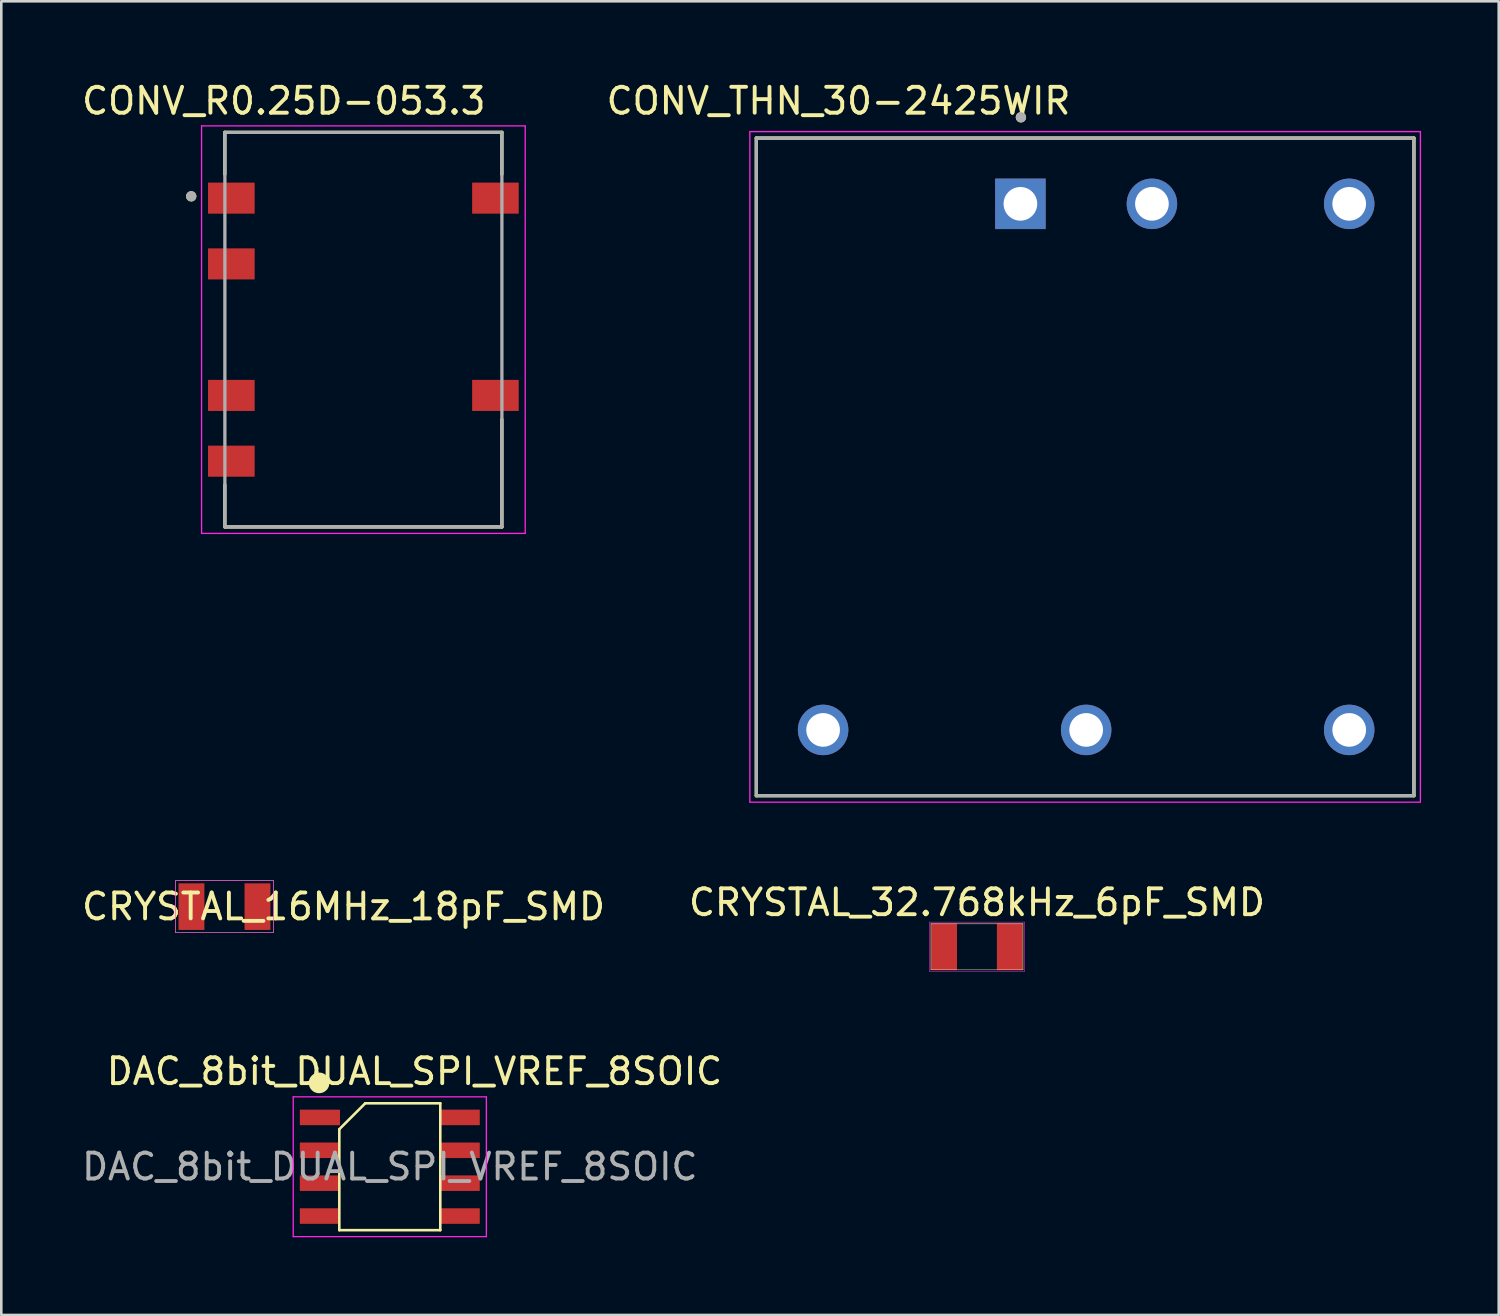
<source format=kicad_pcb>
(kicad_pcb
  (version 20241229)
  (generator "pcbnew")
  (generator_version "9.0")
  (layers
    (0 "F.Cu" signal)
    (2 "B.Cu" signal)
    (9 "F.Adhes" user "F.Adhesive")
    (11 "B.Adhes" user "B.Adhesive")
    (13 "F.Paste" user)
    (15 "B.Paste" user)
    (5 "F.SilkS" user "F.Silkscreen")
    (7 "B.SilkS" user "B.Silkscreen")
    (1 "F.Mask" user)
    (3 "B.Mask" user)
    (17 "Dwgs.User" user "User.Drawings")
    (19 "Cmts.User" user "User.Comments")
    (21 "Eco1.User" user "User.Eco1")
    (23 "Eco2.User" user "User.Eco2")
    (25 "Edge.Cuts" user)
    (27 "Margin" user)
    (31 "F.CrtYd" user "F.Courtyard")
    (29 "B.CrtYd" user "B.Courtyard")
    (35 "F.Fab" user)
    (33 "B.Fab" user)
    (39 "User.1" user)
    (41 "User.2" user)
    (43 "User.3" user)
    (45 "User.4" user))
  (footprint "DAC_8bit_DUAL_SPI_VREF_8SOIC"
    (layer "F.Cu")
    (at 12.006 42.015)
    (property "Reference" "DAC_8bit_DUAL_SPI_VREF_8SOIC" (at 0.953 -3.683 0) (layer "F.SilkS") (effects (font (size 1 1) (thickness 0.15))))
    (attr smd)
    (fp_line (start -1.95 -1.45) (end -0.95 -2.45) (stroke (width 0.1) (type solid)) (layer "F.SilkS"))
    (fp_line (start -1.95 2.45) (end -1.95 -1.45) (stroke (width 0.1) (type solid)) (layer "F.SilkS"))
    (fp_line (start -0.95 -2.45) (end 1.95 -2.45) (stroke (width 0.1) (type solid)) (layer "F.SilkS"))
    (fp_line (start 1.95 -2.45) (end 1.95 2.45) (stroke (width 0.1) (type solid)) (layer "F.SilkS"))
    (fp_line (start 1.95 2.45) (end -1.95 2.45) (stroke (width 0.1) (type solid)) (layer "F.SilkS"))
    (fp_line (start -3.73 -2.7) (end -3.73 2.7) (stroke (width 0.05) (type solid)) (layer "F.CrtYd"))
    (fp_line (start -3.73 -2.7) (end 3.73 -2.7) (stroke (width 0.05) (type solid)) (layer "F.CrtYd"))
    (fp_line (start -3.73 2.7) (end 3.73 2.7) (stroke (width 0.05) (type solid)) (layer "F.CrtYd"))
    (fp_line (start 3.73 -2.7) (end 3.73 2.7) (stroke (width 0.05) (type solid)) (layer "F.CrtYd"))
    (fp_text user "${REFERENCE}" (at 0 0 0) (layer "F.Fab") (effects (font (size 1 1) (thickness 0.15))))
    (pad "" smd circle (at -2.731 -3.239) (size 0.8 0.8) (layers "F.SilkS"))
    (pad "1" smd rect (at -2.7 -1.905) (size 1.55 0.6) (layers "F.Cu" "F.Mask" "F.Paste"))
    (pad "2" smd rect (at -2.7 -0.635) (size 1.55 0.6) (layers "F.Cu" "F.Mask" "F.Paste"))
    (pad "3" smd rect (at -2.7 0.635) (size 1.55 0.6) (layers "F.Cu" "F.Mask" "F.Paste"))
    (pad "4" smd rect (at -2.7 1.905) (size 1.55 0.6) (layers "F.Cu" "F.Mask" "F.Paste"))
    (pad "5" smd rect (at 2.7 1.905) (size 1.55 0.6) (layers "F.Cu" "F.Mask" "F.Paste"))
    (pad "6" smd rect (at 2.7 0.635) (size 1.55 0.6) (layers "F.Cu" "F.Mask" "F.Paste"))
    (pad "7" smd rect (at 2.7 -0.635) (size 1.55 0.6) (layers "F.Cu" "F.Mask" "F.Paste"))
    (pad "8" smd rect (at 2.7 -1.905) (size 1.55 0.6) (layers "F.Cu" "F.Mask" "F.Paste")))
  (footprint "CONV_THN_30-2425WIR"
    (layer "F.Cu")
    (at 38.863 14.983)
    (property "Reference" "CONV_THN_30-2425WIR" (at -9.525 -14.135 0) (layer "F.SilkS") (effects (font (size 1 1) (thickness 0.15))))
    (attr through_hole)
    (fp_line (start -12.7 -12.7) (end 12.7 -12.7) (stroke (width 0.127) (type solid)) (layer "F.SilkS"))
    (fp_line (start -12.7 12.7) (end -12.7 -12.7) (stroke (width 0.127) (type solid)) (layer "F.SilkS"))
    (fp_line (start -12.7 12.7) (end 12.7 12.7) (stroke (width 0.127) (type solid)) (layer "F.SilkS"))
    (fp_line (start 12.7 12.7) (end 12.7 -12.7) (stroke (width 0.127) (type solid)) (layer "F.SilkS"))
    (fp_circle (center -2.48 -13.502) (end -2.38 -13.502) (stroke (width 0.2) (type solid)) (fill no) (layer "F.SilkS"))
    (fp_line (start -12.95 -12.95) (end 12.95 -12.95) (stroke (width 0.05) (type solid)) (layer "F.CrtYd"))
    (fp_line (start -12.95 12.95) (end -12.95 -12.95) (stroke (width 0.05) (type solid)) (layer "F.CrtYd"))
    (fp_line (start -12.95 12.95) (end 12.95 12.95) (stroke (width 0.05) (type solid)) (layer "F.CrtYd"))
    (fp_line (start 12.95 12.95) (end 12.95 -12.95) (stroke (width 0.05) (type solid)) (layer "F.CrtYd"))
    (fp_line (start -12.7 -12.7) (end 12.7 -12.7) (stroke (width 0.127) (type solid)) (layer "F.Fab"))
    (fp_line (start -12.7 12.7) (end -12.7 -12.7) (stroke (width 0.127) (type solid)) (layer "F.Fab"))
    (fp_line (start -12.7 12.7) (end 12.7 12.7) (stroke (width 0.127) (type solid)) (layer "F.Fab"))
    (fp_line (start 12.7 12.7) (end 12.7 -12.7) (stroke (width 0.127) (type solid)) (layer "F.Fab"))
    (fp_circle (center -2.48 -13.502) (end -2.38 -13.502) (stroke (width 0.2) (type solid)) (fill no) (layer "F.Fab"))
    (pad "1" thru_hole rect (at -2.5 -10.16) (size 1.95 1.95) (drill 1.3) (layers "*.Cu" "*.Mask"))
    (pad "2" thru_hole circle (at 2.58 -10.16) (size 1.95 1.95) (drill 1.3) (layers "*.Cu" "*.Mask"))
    (pad "3" thru_hole circle (at 10.2 -10.16) (size 1.95 1.95) (drill 1.3) (layers "*.Cu" "*.Mask"))
    (pad "4" thru_hole circle (at -10.12 10.16) (size 1.95 1.95) (drill 1.3) (layers "*.Cu" "*.Mask"))
    (pad "5" thru_hole circle (at 0.04 10.16) (size 1.95 1.95) (drill 1.3) (layers "*.Cu" "*.Mask"))
    (pad "6" thru_hole circle (at 10.2 10.16) (size 1.95 1.95) (drill 1.3) (layers "*.Cu" "*.Mask")))
  (footprint "CONV_R0.25D-053.3"
    (layer "F.Cu")
    (at 10.986 9.683)
    (property "Reference" "CONV_R0.25D-053.3" (at -3.075 -8.835 0) (layer "F.SilkS") (effects (font (size 1 1) (thickness 0.15))))
    (attr smd)
    (fp_line (start -5.35 -7.62) (end 5.35 -7.62) (stroke (width 0.127) (type solid)) (layer "F.SilkS"))
    (fp_line (start -5.35 -6) (end -5.35 -7.62) (stroke (width 0.127) (type solid)) (layer "F.SilkS"))
    (fp_line (start -5.35 6) (end -5.35 7.62) (stroke (width 0.127) (type solid)) (layer "F.SilkS"))
    (fp_line (start -5.35 7.62) (end 5.35 7.62) (stroke (width 0.127) (type solid)) (layer "F.SilkS"))
    (fp_line (start 5.35 -7.62) (end 5.35 -6) (stroke (width 0.127) (type solid)) (layer "F.SilkS"))
    (fp_line (start 5.35 7.62) (end 5.35 3.47) (stroke (width 0.127) (type solid)) (layer "F.SilkS"))
    (fp_circle (center -6.65 -5.15) (end -6.55 -5.15) (stroke (width 0.2) (type solid)) (fill no) (layer "F.SilkS"))
    (fp_line (start -6.25 -7.87) (end 6.25 -7.87) (stroke (width 0.05) (type solid)) (layer "F.CrtYd"))
    (fp_line (start -6.25 7.87) (end -6.25 -7.87) (stroke (width 0.05) (type solid)) (layer "F.CrtYd"))
    (fp_line (start 6.25 -7.87) (end 6.25 7.87) (stroke (width 0.05) (type solid)) (layer "F.CrtYd"))
    (fp_line (start 6.25 7.87) (end -6.25 7.87) (stroke (width 0.05) (type solid)) (layer "F.CrtYd"))
    (fp_line (start -5.35 -7.62) (end 5.35 -7.62) (stroke (width 0.127) (type solid)) (layer "F.Fab"))
    (fp_line (start -5.35 7.62) (end -5.35 -7.62) (stroke (width 0.127) (type solid)) (layer "F.Fab"))
    (fp_line (start 5.35 -7.62) (end 5.35 7.62) (stroke (width 0.127) (type solid)) (layer "F.Fab"))
    (fp_line (start 5.35 7.62) (end -5.35 7.62) (stroke (width 0.127) (type solid)) (layer "F.Fab"))
    (fp_circle (center -6.65 -5.15) (end -6.55 -5.15) (stroke (width 0.2) (type solid)) (fill no) (layer "F.Fab"))
    (pad "1" smd rect (at -5.1 -5.08) (size 1.8 1.2) (layers "F.Cu" "F.Mask" "F.Paste"))
    (pad "2" smd rect (at -5.1 -2.54) (size 1.8 1.2) (layers "F.Cu" "F.Mask" "F.Paste"))
    (pad "4" smd rect (at -5.1 2.54) (size 1.8 1.2) (layers "F.Cu" "F.Mask" "F.Paste"))
    (pad "5" smd rect (at -5.1 5.08) (size 1.8 1.2) (layers "F.Cu" "F.Mask" "F.Paste"))
    (pad "7" smd rect (at 5.1 2.54) (size 1.8 1.2) (layers "F.Cu" "F.Mask" "F.Paste"))
    (pad "10" smd rect (at 5.1 -5.08) (size 1.8 1.2) (layers "F.Cu" "F.Mask" "F.Paste")))
  (footprint "CRYSTAL_32.768kHz_6pF_SMD"
    (layer "F.Cu")
    (at 34.685 33.521)
    (property "Reference" "CRYSTAL_32.768kHz_6pF_SMD" (at 0 -1.714 0) (layer "F.SilkS") (effects (font (size 1 1) (thickness 0.15))))
    (attr through_hole)
    (fp_line (start -1.778 -0.889) (end 1.778 -0.889) (stroke (width 0.02) (type solid)) (layer "F.SilkS"))
    (fp_line (start -1.778 0.889) (end -1.778 -0.889) (stroke (width 0.02) (type solid)) (layer "F.SilkS"))
    (fp_line (start 1.778 -0.889) (end 1.778 0.889) (stroke (width 0.02) (type solid)) (layer "F.SilkS"))
    (fp_line (start 1.778 0.889) (end -1.778 0.889) (stroke (width 0.02) (type solid)) (layer "F.SilkS"))
    (fp_line (start -1.841 -0.953) (end 1.841 -0.953) (stroke (width 0.02) (type solid)) (layer "F.CrtYd"))
    (fp_line (start -1.841 0.953) (end -1.841 -0.953) (stroke (width 0.02) (type solid)) (layer "F.CrtYd"))
    (fp_line (start 1.841 -0.953) (end 1.841 0.953) (stroke (width 0.02) (type solid)) (layer "F.CrtYd"))
    (fp_line (start 1.841 0.953) (end -1.841 0.953) (stroke (width 0.02) (type solid)) (layer "F.CrtYd"))
    (pad "1" smd rect (at -1.27 0) (size 1 1.8) (layers "F.Cu" "F.Mask" "F.Paste"))
    (pad "2" smd rect (at 1.27 0) (size 1 1.8) (layers "F.Cu" "F.Mask" "F.Paste")))
  (footprint "CRYSTAL_16MHz_18pF_SMD"
    (layer "F.Cu")
    (at 5.62 31.968)
    (property "Reference" "CRYSTAL_16MHz_18pF_SMD" (at 4.6 0 0) (layer "F.SilkS") (effects (font (size 1 1) (thickness 0.15))))
    (attr through_hole)
    (fp_line (start -1.9 -1) (end 1.9 -1) (stroke (width 0.02) (type solid)) (layer "F.SilkS"))
    (fp_line (start -1.9 1) (end -1.9 -1) (stroke (width 0.02) (type solid)) (layer "F.SilkS"))
    (fp_line (start 1.9 -1) (end 1.9 1) (stroke (width 0.02) (type solid)) (layer "F.SilkS"))
    (fp_line (start 1.9 1) (end -1.9 1) (stroke (width 0.02) (type solid)) (layer "F.SilkS"))
    (fp_line (start -1.9 -1) (end 1.9 -1) (stroke (width 0.02) (type solid)) (layer "F.CrtYd"))
    (fp_line (start -1.9 1) (end -1.9 -1) (stroke (width 0.02) (type solid)) (layer "F.CrtYd"))
    (fp_line (start 1.9 -1) (end 1.9 1) (stroke (width 0.02) (type solid)) (layer "F.CrtYd"))
    (fp_line (start 1.9 1) (end -1.9 1) (stroke (width 0.02) (type solid)) (layer "F.CrtYd"))
    (pad "1" smd rect (at -1.275 0) (size 1 1.8) (layers "F.Cu" "F.Mask" "F.Paste"))
    (pad "2" smd rect (at 1.275 0) (size 1 1.8) (layers "F.Cu" "F.Mask" "F.Paste")))
  (gr_rect
    (start -3 -3)
    (end 54.838 47.74)
    (stroke (width 0.1) (type default))
    (fill no)
    (layer "Edge.Cuts")))
</source>
